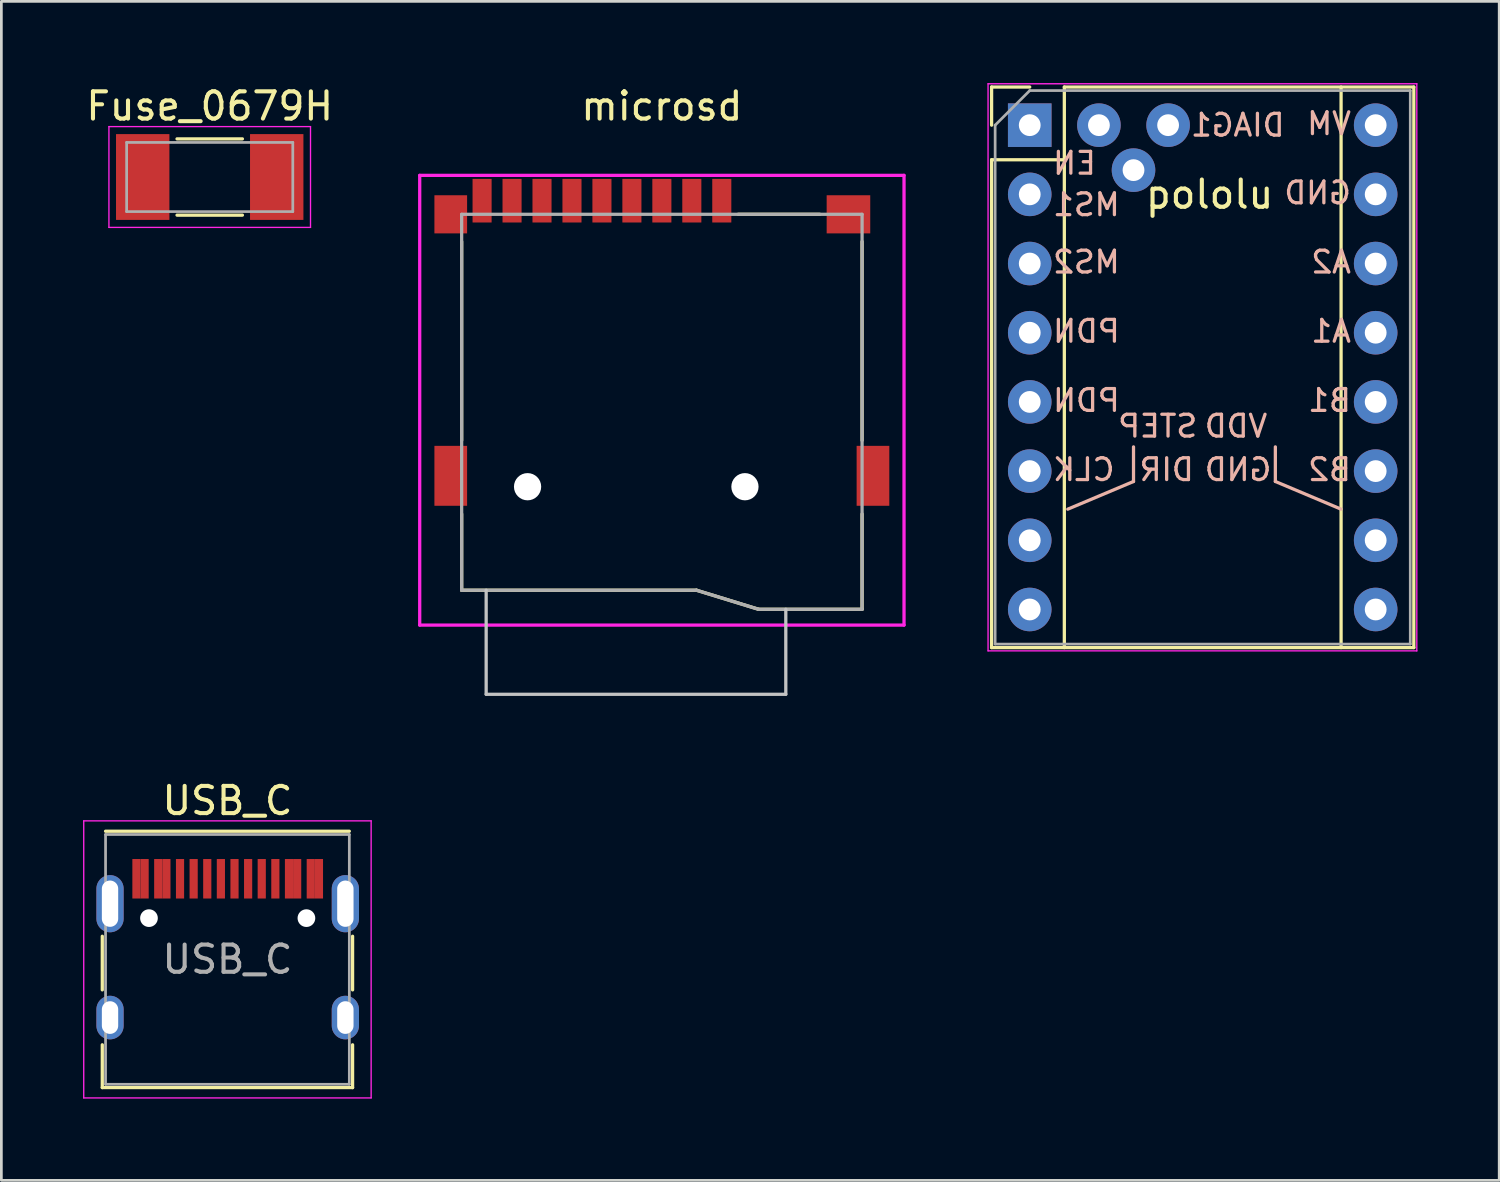
<source format=kicad_pcb>
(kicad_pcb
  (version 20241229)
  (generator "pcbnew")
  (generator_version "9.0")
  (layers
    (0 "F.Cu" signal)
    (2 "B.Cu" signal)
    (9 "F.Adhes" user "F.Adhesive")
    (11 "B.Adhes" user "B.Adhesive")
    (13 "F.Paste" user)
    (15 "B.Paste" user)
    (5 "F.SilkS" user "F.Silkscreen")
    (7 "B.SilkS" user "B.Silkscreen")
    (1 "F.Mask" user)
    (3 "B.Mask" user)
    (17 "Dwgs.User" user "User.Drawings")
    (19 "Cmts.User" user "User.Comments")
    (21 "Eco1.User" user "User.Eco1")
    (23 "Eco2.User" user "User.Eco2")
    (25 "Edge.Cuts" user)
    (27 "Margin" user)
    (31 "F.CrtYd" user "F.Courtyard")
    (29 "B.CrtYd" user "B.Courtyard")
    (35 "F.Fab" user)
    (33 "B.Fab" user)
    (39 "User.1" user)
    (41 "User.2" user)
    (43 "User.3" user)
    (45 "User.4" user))
  (footprint "microsd"
    (layer "F.Cu")
    (at 21.248 14.818)
    (property "Reference" "microsd" (at 0 -13.97 0) (layer "F.SilkS") (effects (font (size 1 1) (thickness 0.15))))
    (attr through_hole)
    (fp_line (start -7.35 -1.7) (end -7.35 -9) (stroke (width 0.12) (type solid)) (layer "F.SilkS"))
    (fp_line (start -7.35 3.8) (end -7.35 1) (stroke (width 0.12) (type solid)) (layer "F.SilkS"))
    (fp_line (start 1.27 3.8) (end -7.35 3.8) (stroke (width 0.12) (type solid)) (layer "F.SilkS"))
    (fp_line (start 2.8 -10) (end 5.8 -10) (stroke (width 0.12) (type solid)) (layer "F.SilkS"))
    (fp_line (start 3.55 4.5) (end 1.27 3.8) (stroke (width 0.12) (type solid)) (layer "F.SilkS"))
    (fp_line (start 7.35 -9) (end 7.35 -1.7) (stroke (width 0.12) (type solid)) (layer "F.SilkS"))
    (fp_line (start 7.35 1) (end 7.35 4.5) (stroke (width 0.12) (type solid)) (layer "F.SilkS"))
    (fp_line (start 7.35 4.5) (end 3.55 4.5) (stroke (width 0.12) (type solid)) (layer "F.SilkS"))
    (fp_line (start -6.45 3.8) (end -6.45 7.62) (stroke (width 0.12) (type solid)) (layer "Dwgs.User"))
    (fp_line (start -6.45 7.62) (end 4.55 7.62) (stroke (width 0.12) (type solid)) (layer "Dwgs.User"))
    (fp_line (start 4.55 7.62) (end 4.55 4.5) (stroke (width 0.12) (type solid)) (layer "Dwgs.User"))
    (fp_line (start -8.89 -11.43) (end 8.89 -11.43) (stroke (width 0.12) (type solid)) (layer "F.CrtYd"))
    (fp_line (start -8.89 5.08) (end -8.89 -11.43) (stroke (width 0.12) (type solid)) (layer "F.CrtYd"))
    (fp_line (start 8.89 -11.43) (end 8.89 5.08) (stroke (width 0.12) (type solid)) (layer "F.CrtYd"))
    (fp_line (start 8.89 5.08) (end -8.89 5.08) (stroke (width 0.12) (type solid)) (layer "F.CrtYd"))
    (fp_line (start -7.35 -10) (end 7.35 -10) (stroke (width 0.12) (type solid)) (layer "F.Fab"))
    (fp_line (start -7.35 3.8) (end -7.35 -10) (stroke (width 0.12) (type solid)) (layer "F.Fab"))
    (fp_line (start -7.35 3.8) (end 1.27 3.8) (stroke (width 0.12) (type solid)) (layer "F.Fab"))
    (fp_line (start 3.55 4.5) (end 1.27 3.8) (stroke (width 0.12) (type solid)) (layer "F.Fab"))
    (fp_line (start 7.35 -10) (end 7.35 4.5) (stroke (width 0.12) (type solid)) (layer "F.Fab"))
    (fp_line (start 7.35 4.5) (end 3.55 4.5) (stroke (width 0.12) (type solid)) (layer "F.Fab"))
    (pad "" smd rect (at -7.75 -0.4) (size 1.2 2.2) (layers "F.Cu" "F.Mask" "F.Paste"))
    (pad "" np_thru_hole circle (at -4.93 0) (size 1 1) (drill 1) (layers "*.Cu" "*.Mask"))
    (pad "" np_thru_hole circle (at 3.05 0) (size 1 1) (drill 1) (layers "*.Cu" "*.Mask"))
    (pad "" smd rect (at 7.75 -0.4) (size 1.2 2.2) (layers "F.Cu" "F.Mask" "F.Paste"))
    (pad "1" smd rect (at 2.2 -10.5) (size 0.7 1.6) (layers "F.Cu" "F.Mask" "F.Paste"))
    (pad "2" smd rect (at 1.1 -10.5) (size 0.7 1.6) (layers "F.Cu" "F.Mask" "F.Paste"))
    (pad "3" smd rect (at 0 -10.5) (size 0.7 1.6) (layers "F.Cu" "F.Mask" "F.Paste"))
    (pad "4" smd rect (at -1.1 -10.5) (size 0.7 1.6) (layers "F.Cu" "F.Mask" "F.Paste"))
    (pad "5" smd rect (at -2.2 -10.5) (size 0.7 1.6) (layers "F.Cu" "F.Mask" "F.Paste"))
    (pad "6" smd rect (at -3.3 -10.5) (size 0.7 1.6) (layers "F.Cu" "F.Mask" "F.Paste"))
    (pad "7" smd rect (at -4.4 -10.5) (size 0.7 1.6) (layers "F.Cu" "F.Mask" "F.Paste"))
    (pad "8" smd rect (at -5.5 -10.5) (size 0.7 1.6) (layers "F.Cu" "F.Mask" "F.Paste"))
    (pad "9" smd rect (at -6.6 -10.5) (size 0.7 1.6) (layers "F.Cu" "F.Mask" "F.Paste"))
    (pad "10" smd rect (at -7.75 -10) (size 1.2 1.4) (layers "F.Cu" "F.Mask" "F.Paste"))
    (pad "11" smd rect (at 6.85 -10) (size 1.6 1.4) (layers "F.Cu" "F.Mask" "F.Paste")))
  (footprint "pololu"
    (layer "F.Cu")
    (at 41.357 10.435)
    (property "Reference" "pololu" (at 0 -6.35 0) (layer "F.SilkS") (effects (font (size 1 1) (thickness 0.15))))
    (attr through_hole)
    (fp_line (start -8.004 -10.29) (end -8.004 -8.89) (stroke (width 0.12) (type solid)) (layer "F.SilkS"))
    (fp_line (start -8.004 -7.62) (end -8.004 10.29) (stroke (width 0.12) (type solid)) (layer "F.SilkS"))
    (fp_line (start -8.004 10.29) (end 7.496 10.29) (stroke (width 0.12) (type solid)) (layer "F.SilkS"))
    (fp_line (start -6.604 -10.29) (end -8.004 -10.29) (stroke (width 0.12) (type solid)) (layer "F.SilkS"))
    (fp_line (start -5.334 -10.29) (end -5.334 -7.62) (stroke (width 0.12) (type solid)) (layer "F.SilkS"))
    (fp_line (start -5.334 -7.62) (end -8.004 -7.62) (stroke (width 0.12) (type solid)) (layer "F.SilkS"))
    (fp_line (start -5.334 -7.62) (end -5.334 10.29) (stroke (width 0.12) (type solid)) (layer "F.SilkS"))
    (fp_line (start 4.826 -10.29) (end 4.826 10.29) (stroke (width 0.12) (type solid)) (layer "F.SilkS"))
    (fp_line (start 7.496 -10.29) (end -5.334 -10.29) (stroke (width 0.12) (type solid)) (layer "F.SilkS"))
    (fp_line (start 7.496 10.29) (end 7.496 -10.29) (stroke (width 0.12) (type solid)) (layer "F.SilkS"))
    (fp_line (start -2.794 2.921) (end -2.794 4.191) (stroke (width 0.12) (type solid)) (layer "B.SilkS"))
    (fp_line (start -2.794 4.191) (end -5.207 5.207) (stroke (width 0.12) (type solid)) (layer "B.SilkS"))
    (fp_line (start 2.413 2.921) (end 2.413 4.191) (stroke (width 0.12) (type solid)) (layer "B.SilkS"))
    (fp_line (start 2.413 4.191) (end 4.826 5.207) (stroke (width 0.12) (type solid)) (layer "B.SilkS"))
    (fp_line (start -8.134 -10.41) (end -8.134 10.41) (stroke (width 0.05) (type solid)) (layer "F.CrtYd"))
    (fp_line (start -8.134 -10.41) (end 7.606 -10.41) (stroke (width 0.05) (type solid)) (layer "F.CrtYd"))
    (fp_line (start 7.606 10.41) (end -8.134 10.41) (stroke (width 0.05) (type solid)) (layer "F.CrtYd"))
    (fp_line (start 7.606 10.41) (end 7.606 -10.41) (stroke (width 0.05) (type solid)) (layer "F.CrtYd"))
    (fp_line (start -7.874 -8.89) (end -6.604 -10.16) (stroke (width 0.1) (type solid)) (layer "F.Fab"))
    (fp_line (start -7.874 10.16) (end -7.874 -8.89) (stroke (width 0.1) (type solid)) (layer "F.Fab"))
    (fp_line (start -6.604 -10.16) (end 7.366 -10.16) (stroke (width 0.1) (type solid)) (layer "F.Fab"))
    (fp_line (start 7.366 -10.16) (end 7.366 10.16) (stroke (width 0.1) (type solid)) (layer "F.Fab"))
    (fp_line (start 7.366 10.16) (end -7.874 10.16) (stroke (width 0.1) (type solid)) (layer "F.Fab"))
    (fp_text user "MS2" (at -3.226 -3.864 0) (layer "B.SilkS") (effects (font (size 0.8 0.8) (thickness 0.12)) (justify left mirror)))
    (fp_text user "DIAG1" (at -0.762 -8.89 180) (layer "B.SilkS") (effects (font (size 0.8 0.8) (thickness 0.12)) (justify right mirror)))
    (fp_text user "CLK" (at -3.416 3.756 0) (layer "B.SilkS") (effects (font (size 0.8 0.8) (thickness 0.12)) (justify left mirror)))
    (fp_text user "A2" (at 3.657 -3.864 0) (layer "B.SilkS") (effects (font (size 0.8 0.8) (thickness 0.12)) (justify right mirror)))
    (fp_text user "VDD" (at -0.254 2.159 0) (layer "B.SilkS") (effects (font (size 0.8 0.8) (thickness 0.12)) (justify right mirror)))
    (fp_text user "PDN" (at -3.226 1.216 0) (layer "B.SilkS") (effects (font (size 0.8 0.8) (thickness 0.12)) (justify left mirror)))
    (fp_text user "B2" (at 3.543 3.756 0) (layer "B.SilkS") (effects (font (size 0.8 0.8) (thickness 0.12)) (justify right mirror)))
    (fp_text user "VM" (at 3.505 -8.944 0) (layer "B.SilkS") (effects (font (size 0.8 0.8) (thickness 0.12)) (justify right mirror)))
    (fp_text user "GND" (at -0.254 3.756 180) (layer "B.SilkS") (effects (font (size 0.8 0.8) (thickness 0.12)) (justify right mirror)))
    (fp_text user "B1" (at 3.543 1.216 0) (layer "B.SilkS") (effects (font (size 0.8 0.8) (thickness 0.12)) (justify right mirror)))
    (fp_text user "STEP" (at -0.381 2.159 0) (layer "B.SilkS") (effects (font (size 0.8 0.8) (thickness 0.12)) (justify left mirror)))
    (fp_text user "A1" (at 3.657 -1.324 0) (layer "B.SilkS") (effects (font (size 0.8 0.8) (thickness 0.12)) (justify right mirror)))
    (fp_text user "MS1" (at -3.226 -5.969 0) (layer "B.SilkS") (effects (font (size 0.8 0.8) (thickness 0.12)) (justify left mirror)))
    (fp_text user "GND" (at 2.667 -6.404 0) (layer "B.SilkS") (effects (font (size 0.8 0.8) (thickness 0.12)) (justify right mirror)))
    (fp_text user "DIR" (at -0.508 3.756 180) (layer "B.SilkS") (effects (font (size 0.8 0.8) (thickness 0.12)) (justify left mirror)))
    (fp_text user "EN" (at -4.102 -7.493 0) (layer "B.SilkS") (effects (font (size 0.8 0.8) (thickness 0.12)) (justify left mirror)))
    (fp_text user "PDN" (at -3.226 -1.324 0) (layer "B.SilkS") (effects (font (size 0.8 0.8) (thickness 0.12)) (justify left mirror)))
    (pad "1" thru_hole rect (at -6.604 -8.89) (size 1.6 1.6) (drill 0.8) (layers "*.Cu" "*.Mask"))
    (pad "2" thru_hole oval (at -6.604 -6.35) (size 1.6 1.6) (drill 0.8) (layers "*.Cu" "*.Mask"))
    (pad "3" thru_hole oval (at -6.604 -3.81) (size 1.6 1.6) (drill 0.8) (layers "*.Cu" "*.Mask"))
    (pad "4" thru_hole oval (at -6.604 -1.27) (size 1.6 1.6) (drill 0.8) (layers "*.Cu" "*.Mask"))
    (pad "5" thru_hole oval (at -6.604 1.27) (size 1.6 1.6) (drill 0.8) (layers "*.Cu" "*.Mask"))
    (pad "6" thru_hole oval (at -6.604 3.81) (size 1.6 1.6) (drill 0.8) (layers "*.Cu" "*.Mask"))
    (pad "7" thru_hole oval (at -6.604 6.35) (size 1.6 1.6) (drill 0.8) (layers "*.Cu" "*.Mask"))
    (pad "8" thru_hole oval (at -6.604 8.89) (size 1.6 1.6) (drill 0.8) (layers "*.Cu" "*.Mask"))
    (pad "9" thru_hole oval (at 6.096 8.89) (size 1.6 1.6) (drill 0.8) (layers "*.Cu" "*.Mask"))
    (pad "10" thru_hole oval (at 6.096 6.35) (size 1.6 1.6) (drill 0.8) (layers "*.Cu" "*.Mask"))
    (pad "11" thru_hole oval (at 6.096 3.81) (size 1.6 1.6) (drill 0.8) (layers "*.Cu" "*.Mask"))
    (pad "12" thru_hole oval (at 6.096 1.27) (size 1.6 1.6) (drill 0.8) (layers "*.Cu" "*.Mask"))
    (pad "13" thru_hole oval (at 6.096 -1.27) (size 1.6 1.6) (drill 0.8) (layers "*.Cu" "*.Mask"))
    (pad "14" thru_hole oval (at 6.096 -3.81) (size 1.6 1.6) (drill 0.8) (layers "*.Cu" "*.Mask"))
    (pad "15" thru_hole oval (at 6.096 -6.35) (size 1.6 1.6) (drill 0.8) (layers "*.Cu" "*.Mask"))
    (pad "16" thru_hole oval (at 6.096 -8.89) (size 1.6 1.6) (drill 0.8) (layers "*.Cu" "*.Mask"))
    (pad "17" thru_hole oval (at -4.064 -8.89) (size 1.6 1.6) (drill 0.8) (layers "*.Cu" "*.Mask"))
    (pad "18" thru_hole oval (at -2.794 -7.239) (size 1.6 1.6) (drill 0.8) (layers "*.Cu" "*.Mask"))
    (pad "19" thru_hole oval (at -1.524 -8.89) (size 1.6 1.6) (drill 0.8) (layers "*.Cu" "*.Mask")))
  (footprint "USB_C"
    (layer "F.Cu")
    (at 5.309 34.306)
    (property "Reference" "USB_C" (at -0.009 -7.96 0) (layer "F.SilkS") (effects (font (size 1 1) (thickness 0.15))))
    (attr through_hole)
    (fp_line (start -4.604 -2.985) (end -4.604 -1.016) (stroke (width 0.12) (type solid)) (layer "F.SilkS"))
    (fp_line (start -4.604 1) (end -4.604 2.571) (stroke (width 0.12) (type solid)) (layer "F.SilkS"))
    (fp_line (start -4.604 2.571) (end 4.585 2.571) (stroke (width 0.12) (type solid)) (layer "F.SilkS"))
    (fp_line (start -4.484 -6.84) (end 4.465 -6.84) (stroke (width 0.12) (type solid)) (layer "F.SilkS"))
    (fp_line (start 4.585 -2.985) (end 4.585 -1.016) (stroke (width 0.12) (type solid)) (layer "F.SilkS"))
    (fp_line (start 4.585 1) (end 4.585 2.571) (stroke (width 0.12) (type solid)) (layer "F.SilkS"))
    (fp_line (start -5.285 -7.22) (end -5.285 2.95) (stroke (width 0.05) (type solid)) (layer "F.CrtYd"))
    (fp_line (start -5.285 -7.22) (end 5.266 -7.22) (stroke (width 0.05) (type solid)) (layer "F.CrtYd"))
    (fp_line (start -5.285 2.95) (end 5.266 2.95) (stroke (width 0.05) (type solid)) (layer "F.CrtYd"))
    (fp_line (start 5.266 -7.22) (end 5.266 2.95) (stroke (width 0.05) (type solid)) (layer "F.CrtYd"))
    (fp_line (start -4.484 -6.72) (end -4.484 2.45) (stroke (width 0.1) (type solid)) (layer "F.Fab"))
    (fp_line (start -4.484 -6.72) (end 4.465 -6.72) (stroke (width 0.1) (type solid)) (layer "F.Fab"))
    (fp_line (start -4.484 2.45) (end 4.465 2.45) (stroke (width 0.1) (type solid)) (layer "F.Fab"))
    (fp_line (start 4.465 -6.72) (end 4.465 2.45) (stroke (width 0.1) (type solid)) (layer "F.Fab"))
    (fp_text user "${REFERENCE}" (at -0.009 -2.135 0) (layer "F.Fab") (effects (font (size 1 1) (thickness 0.15))))
    (pad "" np_thru_hole circle (at -2.89 -3.65) (size 0.65 0.65) (drill 0.65) (layers "*.Cu" "*.Mask"))
    (pad "" np_thru_hole circle (at 2.89 -3.65) (size 0.65 0.65) (drill 0.65) (layers "*.Cu" "*.Mask"))
    (pad "A1" smd rect (at -3.35 -5.095) (size 0.3 1.45) (layers "F.Cu" "F.Mask" "F.Paste"))
    (pad "A4" smd rect (at -2.55 -5.095) (size 0.3 1.45) (layers "F.Cu" "F.Mask" "F.Paste"))
    (pad "A5" smd rect (at -1.25 -5.095) (size 0.3 1.45) (layers "F.Cu" "F.Mask" "F.Paste"))
    (pad "A6" smd rect (at -0.25 -5.095) (size 0.3 1.45) (layers "F.Cu" "F.Mask" "F.Paste"))
    (pad "A7" smd rect (at 0.25 -5.095) (size 0.3 1.45) (layers "F.Cu" "F.Mask" "F.Paste"))
    (pad "A8" smd rect (at 1.25 -5.095) (size 0.3 1.45) (layers "F.Cu" "F.Mask" "F.Paste"))
    (pad "A9" smd rect (at 2.55 -5.095) (size 0.3 1.45) (layers "F.Cu" "F.Mask" "F.Paste"))
    (pad "A12" smd rect (at 3.35 -5.095) (size 0.3 1.45) (layers "F.Cu" "F.Mask" "F.Paste"))
    (pad "B1" smd rect (at 3.05 -5.095) (size 0.3 1.45) (layers "F.Cu" "F.Mask" "F.Paste"))
    (pad "B4" smd rect (at 2.25 -5.095) (size 0.3 1.45) (layers "F.Cu" "F.Mask" "F.Paste"))
    (pad "B5" smd rect (at 1.75 -5.095) (size 0.3 1.45) (layers "F.Cu" "F.Mask" "F.Paste"))
    (pad "B6" smd rect (at 0.75 -5.095) (size 0.3 1.45) (layers "F.Cu" "F.Mask" "F.Paste"))
    (pad "B7" smd rect (at -0.75 -5.095) (size 0.3 1.45) (layers "F.Cu" "F.Mask" "F.Paste"))
    (pad "B8" smd rect (at -1.75 -5.095) (size 0.3 1.45) (layers "F.Cu" "F.Mask" "F.Paste"))
    (pad "B9" smd rect (at -2.25 -5.095) (size 0.3 1.45) (layers "F.Cu" "F.Mask" "F.Paste"))
    (pad "B12" smd rect (at -3.05 -5.095) (size 0.3 1.45) (layers "F.Cu" "F.Mask" "F.Paste"))
    (pad "S1" thru_hole oval (at -4.32 -4.18) (size 1 2.1) (drill oval 0.6 1.7) (layers "*.Cu" "*.Mask"))
    (pad "S1" thru_hole oval (at -4.32 0) (size 1 1.6) (drill oval 0.6 1.2) (layers "*.Cu" "*.Mask"))
    (pad "S1" thru_hole oval (at 4.32 -4.18) (size 1 2.1) (drill oval 0.6 1.7) (layers "*.Cu" "*.Mask"))
    (pad "S1" thru_hole oval (at 4.32 0) (size 1 1.6) (drill oval 0.6 1.2) (layers "*.Cu" "*.Mask")))
  (footprint "Fuse_0679H"
    (layer "F.Cu")
    (at 4.649 3.448)
    (property "Reference" "Fuse_0679H" (at 0 -2.6 0) (layer "F.SilkS") (effects (font (size 1 1) (thickness 0.15))))
    (attr smd)
    (fp_line (start -1.2 -1.4) (end 1.2 -1.4) (stroke (width 0.12) (type solid)) (layer "F.SilkS"))
    (fp_line (start -1.2 1.4) (end 1.2 1.4) (stroke (width 0.12) (type solid)) (layer "F.SilkS"))
    (fp_line (start -3.7 -1.85) (end 3.7 -1.85) (stroke (width 0.05) (type solid)) (layer "F.CrtYd"))
    (fp_line (start -3.7 1.85) (end -3.7 -1.85) (stroke (width 0.05) (type solid)) (layer "F.CrtYd"))
    (fp_line (start 3.7 -1.85) (end 3.7 1.85) (stroke (width 0.05) (type solid)) (layer "F.CrtYd"))
    (fp_line (start 3.7 1.85) (end -3.7 1.85) (stroke (width 0.05) (type solid)) (layer "F.CrtYd"))
    (fp_line (start -3.05 -1.27) (end 3.05 -1.27) (stroke (width 0.1) (type solid)) (layer "F.Fab"))
    (fp_line (start -3.05 1.27) (end -3.05 -1.27) (stroke (width 0.1) (type solid)) (layer "F.Fab"))
    (fp_line (start 3.05 -1.27) (end 3.05 1.27) (stroke (width 0.1) (type solid)) (layer "F.Fab"))
    (fp_line (start 3.05 1.27) (end -3.05 1.27) (stroke (width 0.1) (type solid)) (layer "F.Fab"))
    (pad "1" smd rect (at -2.46 0) (size 1.96 3.15) (layers "F.Cu" "F.Mask" "F.Paste"))
    (pad "2" smd rect (at 2.46 0) (size 1.96 3.15) (layers "F.Cu" "F.Mask" "F.Paste")))
  (gr_rect
    (start -3 -3)
    (end 51.988 40.282)
    (stroke (width 0.1) (type default))
    (fill no)
    (layer "Edge.Cuts")))
</source>
